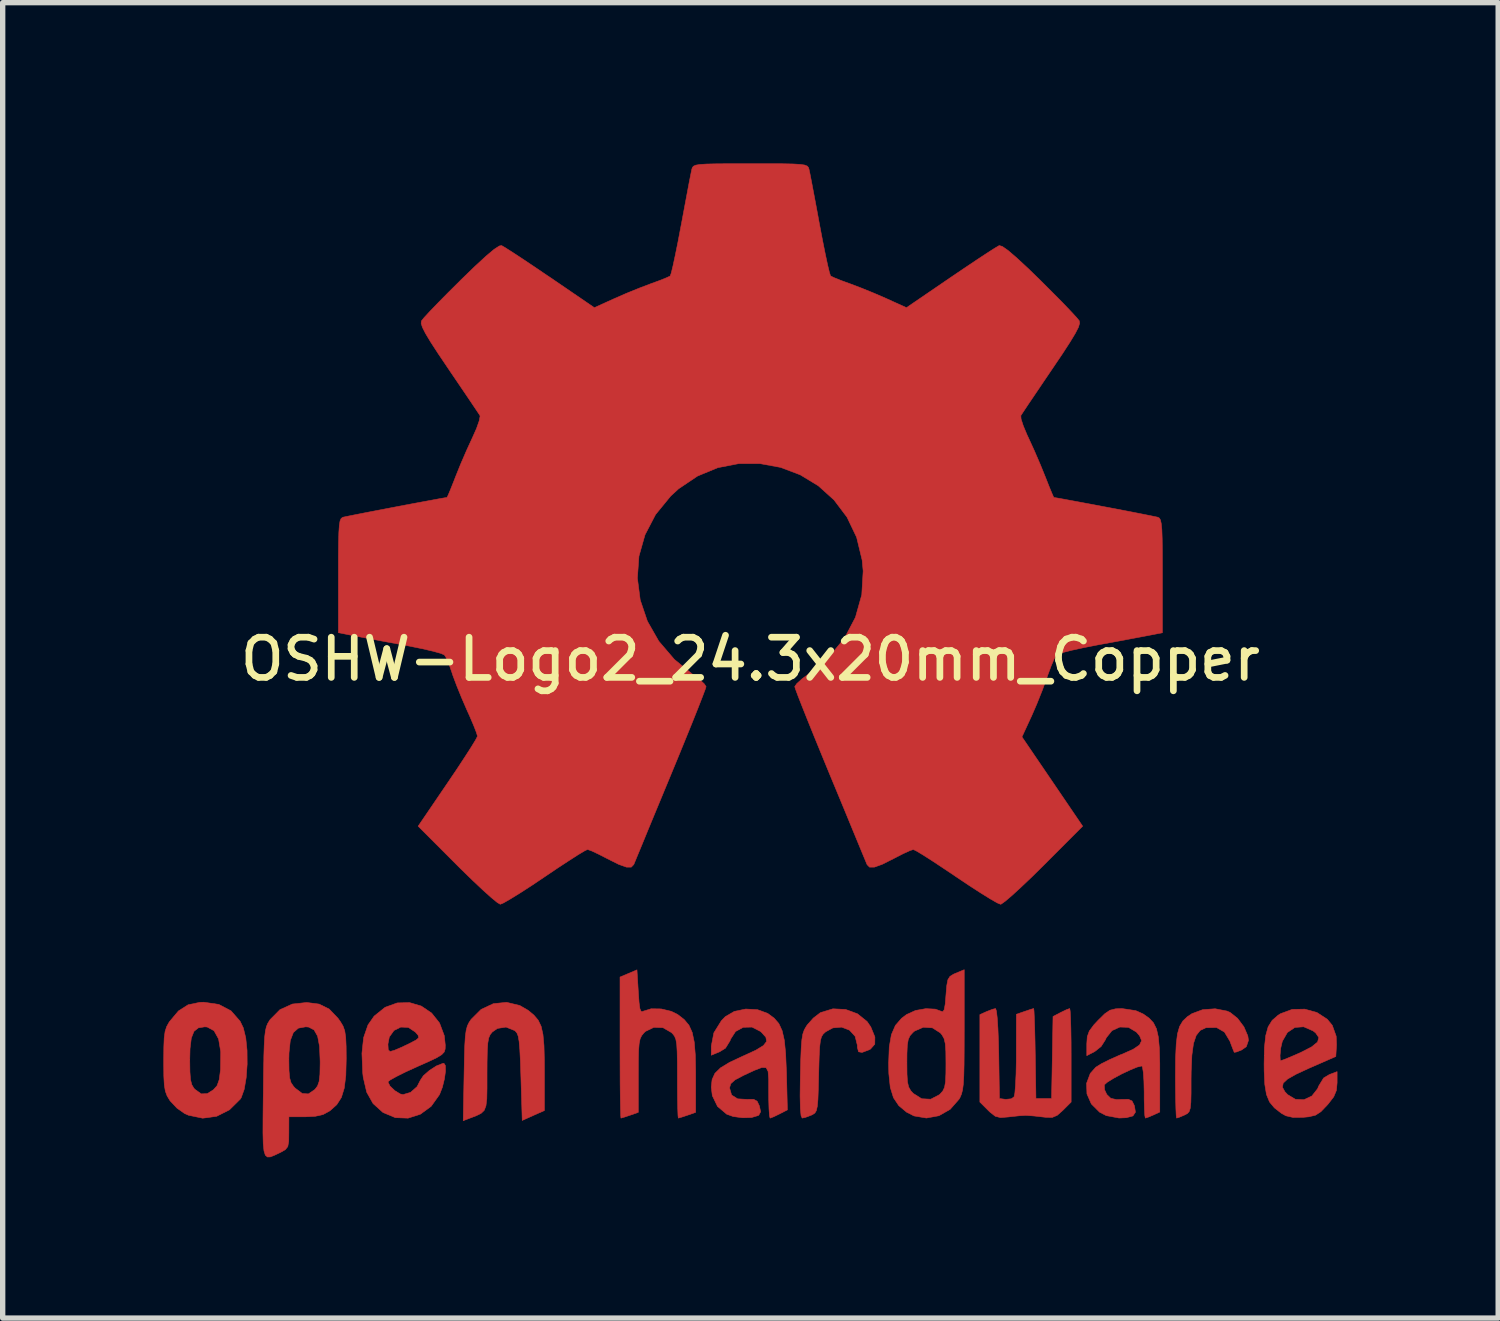
<source format=kicad_pcb>
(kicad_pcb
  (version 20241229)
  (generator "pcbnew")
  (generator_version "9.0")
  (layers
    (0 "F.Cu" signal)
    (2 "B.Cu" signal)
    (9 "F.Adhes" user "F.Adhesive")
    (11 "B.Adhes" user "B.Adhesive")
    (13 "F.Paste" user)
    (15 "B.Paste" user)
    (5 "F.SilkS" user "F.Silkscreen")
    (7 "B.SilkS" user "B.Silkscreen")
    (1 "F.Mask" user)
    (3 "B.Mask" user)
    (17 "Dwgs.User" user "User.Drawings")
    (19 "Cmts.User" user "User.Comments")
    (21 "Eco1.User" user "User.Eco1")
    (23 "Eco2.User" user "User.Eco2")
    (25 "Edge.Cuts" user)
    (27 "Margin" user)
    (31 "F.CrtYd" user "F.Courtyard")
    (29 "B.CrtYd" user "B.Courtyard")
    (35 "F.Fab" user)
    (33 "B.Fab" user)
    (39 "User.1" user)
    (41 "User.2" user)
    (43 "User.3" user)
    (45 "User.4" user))
  (footprint "OSHW-Logo2_24.3x20mm_Copper"
    (layer "F.Cu")
    (at 10.953 9.25)
    (property "Reference" "OSHW-Logo2_24.3x20mm_Copper" (at 0 0 0) (layer "F.SilkS") (effects (font (size 0.75 0.75) (thickness 0.125))))
    (attr exclude_from_pos_files exclude_from_bom allow_missing_courtyard)
    (fp_poly (pts (xy 8.893 6.567) (xy 8.951 6.592) (xy 9.09 6.702) (xy 9.209 6.861) (xy 9.282 7.031) (xy 9.294 7.114) (xy 9.254 7.231) (xy 9.166 7.293) (xy 9.072 7.33) (xy 9.029 7.337) (xy 9.008 7.287) (xy 8.966 7.178) (xy 8.948 7.129) (xy 8.846 6.959) (xy 8.698 6.874) (xy 8.509 6.877) (xy 8.495 6.88) (xy 8.393 6.928) (xy 8.319 7.021) (xy 8.268 7.172) (xy 8.238 7.391) (xy 8.225 7.69) (xy 8.223 7.849) (xy 8.223 8.1) (xy 8.219 8.271) (xy 8.208 8.379) (xy 8.187 8.443) (xy 8.153 8.48) (xy 8.102 8.506) (xy 8.099 8.508) (xy 8.002 8.549) (xy 7.953 8.564) (xy 7.946 8.518) (xy 7.94 8.391) (xy 7.935 8.199) (xy 7.932 7.959) (xy 7.931 7.783) (xy 7.934 7.443) (xy 7.946 7.184) (xy 7.969 6.993) (xy 8.009 6.854) (xy 8.07 6.752) (xy 8.154 6.672) (xy 8.238 6.616) (xy 8.439 6.541) (xy 8.673 6.524) (xy 8.893 6.567)) (stroke (width 0.01) (type solid)) (fill yes) (layer "F.Cu"))
    (fp_poly (pts (xy -4.304 6.463) (xy -4.148 6.553) (xy -4.04 6.643) (xy -3.96 6.737) (xy -3.905 6.852) (xy -3.871 7.004) (xy -3.852 7.211) (xy -3.845 7.488) (xy -3.844 7.688) (xy -3.844 8.423) (xy -4.051 8.515) (xy -4.258 8.608) (xy -4.282 7.803) (xy -4.292 7.503) (xy -4.303 7.285) (xy -4.316 7.134) (xy -4.333 7.036) (xy -4.357 6.976) (xy -4.39 6.938) (xy -4.401 6.93) (xy -4.56 6.866) (xy -4.721 6.891) (xy -4.817 6.958) (xy -4.856 7.006) (xy -4.883 7.068) (xy -4.9 7.162) (xy -4.91 7.306) (xy -4.914 7.516) (xy -4.915 7.735) (xy -4.915 8.01) (xy -4.919 8.205) (xy -4.935 8.336) (xy -4.968 8.421) (xy -5.026 8.476) (xy -5.113 8.519) (xy -5.231 8.564) (xy -5.359 8.613) (xy -5.343 7.749) (xy -5.337 7.438) (xy -5.33 7.207) (xy -5.32 7.043) (xy -5.304 6.927) (xy -5.282 6.844) (xy -5.25 6.779) (xy -5.211 6.721) (xy -5.025 6.536) (xy -4.797 6.429) (xy -4.55 6.404) (xy -4.304 6.463)) (stroke (width 0.01) (type solid)) (fill yes) (layer "F.Cu"))
    (fp_poly (pts (xy 1.777 6.537) (xy 1.998 6.618) (xy 2.177 6.762) (xy 2.247 6.864) (xy 2.323 7.05) (xy 2.321 7.185) (xy 2.241 7.276) (xy 2.212 7.291) (xy 2.084 7.339) (xy 2.018 7.327) (xy 1.996 7.246) (xy 1.995 7.202) (xy 1.954 7.038) (xy 1.849 6.923) (xy 1.702 6.867) (xy 1.538 6.881) (xy 1.404 6.954) (xy 1.359 6.995) (xy 1.327 7.045) (xy 1.306 7.121) (xy 1.292 7.239) (xy 1.283 7.417) (xy 1.276 7.67) (xy 1.274 7.75) (xy 1.267 8.025) (xy 1.26 8.218) (xy 1.248 8.346) (xy 1.23 8.425) (xy 1.203 8.47) (xy 1.163 8.497) (xy 1.138 8.509) (xy 1.03 8.55) (xy 0.966 8.564) (xy 0.945 8.519) (xy 0.932 8.381) (xy 0.927 8.15) (xy 0.931 7.824) (xy 0.932 7.773) (xy 0.939 7.476) (xy 0.948 7.258) (xy 0.96 7.104) (xy 0.978 6.996) (xy 1.005 6.918) (xy 1.043 6.852) (xy 1.062 6.824) (xy 1.174 6.698) (xy 1.3 6.601) (xy 1.315 6.593) (xy 1.54 6.525) (xy 1.777 6.537)) (stroke (width 0.01) (type solid)) (fill yes) (layer "F.Cu"))
    (fp_poly (pts (xy -2.092 6.206) (xy -2.078 6.405) (xy -2.062 6.523) (xy -2.039 6.574) (xy -2.006 6.574) (xy -1.995 6.568) (xy -1.852 6.524) (xy -1.665 6.527) (xy -1.476 6.572) (xy -1.357 6.631) (xy -1.236 6.725) (xy -1.147 6.831) (xy -1.086 6.966) (xy -1.048 7.146) (xy -1.028 7.388) (xy -1.022 7.707) (xy -1.022 7.769) (xy -1.022 8.457) (xy -1.175 8.511) (xy -1.284 8.547) (xy -1.344 8.564) (xy -1.345 8.564) (xy -1.351 8.518) (xy -1.356 8.392) (xy -1.36 8.201) (xy -1.362 7.963) (xy -1.362 7.818) (xy -1.363 7.533) (xy -1.367 7.328) (xy -1.375 7.188) (xy -1.391 7.096) (xy -1.416 7.035) (xy -1.452 6.989) (xy -1.475 6.967) (xy -1.632 6.877) (xy -1.803 6.871) (xy -1.958 6.946) (xy -1.987 6.974) (xy -2.029 7.025) (xy -2.058 7.086) (xy -2.076 7.174) (xy -2.087 7.307) (xy -2.091 7.502) (xy -2.092 7.772) (xy -2.092 8.457) (xy -2.246 8.511) (xy -2.354 8.547) (xy -2.414 8.564) (xy -2.416 8.564) (xy -2.42 8.517) (xy -2.424 8.386) (xy -2.428 8.182) (xy -2.431 7.919) (xy -2.432 7.608) (xy -2.433 7.263) (xy -2.433 7.248) (xy -2.433 5.932) (xy -2.117 5.798) (xy -2.092 6.206)) (stroke (width 0.01) (type solid)) (fill yes) (layer "F.Cu"))
    (fp_poly (pts (xy 5.967 6.566) (xy 5.974 6.694) (xy 5.98 6.889) (xy 5.984 7.135) (xy 5.985 7.392) (xy 5.985 8.265) (xy 5.831 8.419) (xy 5.725 8.513) (xy 5.632 8.552) (xy 5.505 8.549) (xy 5.454 8.543) (xy 5.296 8.525) (xy 5.165 8.515) (xy 5.134 8.514) (xy 5.026 8.52) (xy 4.873 8.536) (xy 4.813 8.543) (xy 4.667 8.555) (xy 4.569 8.53) (xy 4.471 8.453) (xy 4.436 8.419) (xy 4.282 8.265) (xy 4.282 6.633) (xy 4.406 6.577) (xy 4.513 6.535) (xy 4.575 6.52) (xy 4.591 6.567) (xy 4.606 6.696) (xy 4.619 6.894) (xy 4.629 7.146) (xy 4.634 7.36) (xy 4.647 8.199) (xy 4.763 8.215) (xy 4.869 8.204) (xy 4.92 8.167) (xy 4.935 8.097) (xy 4.947 7.949) (xy 4.957 7.741) (xy 4.962 7.493) (xy 4.962 7.364) (xy 4.963 6.627) (xy 5.116 6.574) (xy 5.225 6.537) (xy 5.284 6.52) (xy 5.286 6.52) (xy 5.292 6.566) (xy 5.298 6.694) (xy 5.305 6.888) (xy 5.311 7.132) (xy 5.315 7.36) (xy 5.328 8.199) (xy 5.62 8.199) (xy 5.634 7.433) (xy 5.647 6.668) (xy 5.789 6.594) (xy 5.894 6.543) (xy 5.957 6.52) (xy 5.958 6.52) (xy 5.967 6.566)) (stroke (width 0.01) (type solid)) (fill yes) (layer "F.Cu"))
    (fp_poly (pts (xy -9.92 6.443) (xy -9.692 6.563) (xy -9.523 6.756) (xy -9.463 6.88) (xy -9.417 7.067) (xy -9.393 7.302) (xy -9.391 7.559) (xy -9.409 7.81) (xy -9.446 8.027) (xy -9.502 8.183) (xy -9.519 8.21) (xy -9.721 8.41) (xy -9.961 8.531) (xy -10.221 8.566) (xy -10.485 8.511) (xy -10.558 8.479) (xy -10.701 8.378) (xy -10.826 8.245) (xy -10.838 8.228) (xy -10.886 8.147) (xy -10.918 8.06) (xy -10.937 7.945) (xy -10.946 7.782) (xy -10.948 7.546) (xy -10.948 7.493) (xy -10.948 7.477) (xy -10.462 7.477) (xy -10.459 7.699) (xy -10.448 7.846) (xy -10.424 7.941) (xy -10.385 8.007) (xy -10.364 8.029) (xy -10.248 8.112) (xy -10.135 8.108) (xy -10.021 8.036) (xy -9.952 7.959) (xy -9.912 7.846) (xy -9.889 7.669) (xy -9.888 7.648) (xy -9.884 7.327) (xy -9.924 7.088) (xy -10.009 6.934) (xy -10.136 6.865) (xy -10.182 6.861) (xy -10.301 6.88) (xy -10.383 6.945) (xy -10.433 7.071) (xy -10.457 7.269) (xy -10.462 7.477) (xy -10.948 7.477) (xy -10.946 7.243) (xy -10.939 7.068) (xy -10.922 6.946) (xy -10.893 6.857) (xy -10.849 6.778) (xy -10.839 6.763) (xy -10.673 6.565) (xy -10.493 6.45) (xy -10.273 6.404) (xy -10.199 6.402) (xy -9.92 6.443)) (stroke (width 0.01) (type solid)) (fill yes) (layer "F.Cu"))
    (fp_poly (pts (xy 10.572 6.594) (xy 10.765 6.72) (xy 10.858 6.833) (xy 10.931 7.037) (xy 10.937 7.199) (xy 10.924 7.415) (xy 10.425 7.633) (xy 10.183 7.745) (xy 10.024 7.835) (xy 9.942 7.912) (xy 9.928 7.988) (xy 9.973 8.071) (xy 10.024 8.126) (xy 10.171 8.214) (xy 10.33 8.221) (xy 10.477 8.152) (xy 10.585 8.015) (xy 10.604 7.967) (xy 10.696 7.816) (xy 10.803 7.752) (xy 10.948 7.697) (xy 10.948 7.905) (xy 10.935 8.047) (xy 10.885 8.167) (xy 10.779 8.304) (xy 10.763 8.322) (xy 10.646 8.444) (xy 10.545 8.51) (xy 10.418 8.54) (xy 10.313 8.55) (xy 10.126 8.552) (xy 9.992 8.521) (xy 9.909 8.475) (xy 9.778 8.373) (xy 9.687 8.263) (xy 9.63 8.124) (xy 9.599 7.937) (xy 9.587 7.682) (xy 9.586 7.552) (xy 9.589 7.396) (xy 9.883 7.396) (xy 9.887 7.48) (xy 9.895 7.493) (xy 9.951 7.475) (xy 10.072 7.426) (xy 10.233 7.356) (xy 10.267 7.341) (xy 10.47 7.237) (xy 10.583 7.146) (xy 10.607 7.061) (xy 10.548 6.975) (xy 10.5 6.937) (xy 10.324 6.86) (xy 10.159 6.873) (xy 10.021 6.966) (xy 9.926 7.131) (xy 9.895 7.262) (xy 9.883 7.396) (xy 9.589 7.396) (xy 9.592 7.249) (xy 9.616 7.025) (xy 9.661 6.862) (xy 9.736 6.741) (xy 9.845 6.646) (xy 9.892 6.616) (xy 10.108 6.536) (xy 10.344 6.531) (xy 10.572 6.594)) (stroke (width 0.01) (type solid)) (fill yes) (layer "F.Cu"))
    (fp_poly (pts (xy 3.99 6.924) (xy 3.989 7.288) (xy 3.987 7.568) (xy 3.982 7.777) (xy 3.973 7.929) (xy 3.959 8.037) (xy 3.939 8.115) (xy 3.913 8.177) (xy 3.893 8.212) (xy 3.727 8.401) (xy 3.518 8.52) (xy 3.285 8.563) (xy 3.053 8.524) (xy 2.915 8.454) (xy 2.769 8.332) (xy 2.67 8.184) (xy 2.61 7.991) (xy 2.583 7.732) (xy 2.579 7.542) (xy 2.58 7.529) (xy 2.92 7.529) (xy 2.922 7.746) (xy 2.931 7.89) (xy 2.953 7.984) (xy 2.992 8.053) (xy 3.039 8.104) (xy 3.196 8.203) (xy 3.365 8.212) (xy 3.524 8.129) (xy 3.537 8.118) (xy 3.59 8.059) (xy 3.623 7.99) (xy 3.641 7.886) (xy 3.648 7.726) (xy 3.649 7.549) (xy 3.647 7.326) (xy 3.637 7.178) (xy 3.614 7.08) (xy 3.575 7.011) (xy 3.544 6.974) (xy 3.396 6.88) (xy 3.226 6.869) (xy 3.063 6.94) (xy 3.032 6.967) (xy 2.979 7.026) (xy 2.946 7.096) (xy 2.928 7.2) (xy 2.921 7.362) (xy 2.92 7.529) (xy 2.58 7.529) (xy 2.591 7.237) (xy 2.631 7.007) (xy 2.706 6.834) (xy 2.823 6.7) (xy 2.915 6.631) (xy 3.081 6.556) (xy 3.273 6.522) (xy 3.452 6.531) (xy 3.552 6.568) (xy 3.591 6.579) (xy 3.617 6.539) (xy 3.636 6.433) (xy 3.649 6.271) (xy 3.664 6.091) (xy 3.685 5.982) (xy 3.724 5.92) (xy 3.79 5.879) (xy 3.832 5.861) (xy 3.99 5.795) (xy 3.99 6.924)) (stroke (width 0.01) (type solid)) (fill yes) (layer "F.Cu"))
    (fp_poly (pts (xy -6.141 6.474) (xy -5.949 6.604) (xy -5.801 6.79) (xy -5.712 7.027) (xy -5.694 7.202) (xy -5.696 7.275) (xy -5.713 7.33) (xy -5.76 7.38) (xy -5.851 7.436) (xy -6.002 7.508) (xy -6.227 7.608) (xy -6.228 7.609) (xy -6.435 7.703) (xy -6.605 7.788) (xy -6.72 7.852) (xy -6.764 7.888) (xy -6.764 7.888) (xy -6.726 7.966) (xy -6.636 8.052) (xy -6.534 8.114) (xy -6.482 8.126) (xy -6.341 8.084) (xy -6.22 7.977) (xy -6.16 7.86) (xy -6.103 7.774) (xy -5.991 7.676) (xy -5.86 7.591) (xy -5.744 7.545) (xy -5.719 7.542) (xy -5.692 7.584) (xy -5.69 7.691) (xy -5.71 7.834) (xy -5.748 7.988) (xy -5.8 8.122) (xy -5.803 8.128) (xy -5.958 8.345) (xy -6.159 8.492) (xy -6.388 8.565) (xy -6.626 8.556) (xy -6.853 8.461) (xy -6.863 8.454) (xy -7.042 8.292) (xy -7.16 8.081) (xy -7.225 7.803) (xy -7.234 7.724) (xy -7.249 7.356) (xy -7.231 7.184) (xy -6.764 7.184) (xy -6.758 7.291) (xy -6.724 7.322) (xy -6.642 7.299) (xy -6.511 7.243) (xy -6.365 7.174) (xy -6.362 7.172) (xy -6.238 7.107) (xy -6.189 7.064) (xy -6.201 7.018) (xy -6.252 6.959) (xy -6.383 6.872) (xy -6.524 6.866) (xy -6.651 6.929) (xy -6.738 7.05) (xy -6.764 7.184) (xy -7.231 7.184) (xy -7.217 7.06) (xy -7.136 6.826) (xy -7.022 6.662) (xy -6.817 6.497) (xy -6.591 6.415) (xy -6.36 6.409) (xy -6.141 6.474)) (stroke (width 0.01) (type solid)) (fill yes) (layer "F.Cu"))
    (fp_poly (pts (xy 0.133 6.541) (xy 0.324 6.611) (xy 0.326 6.613) (xy 0.444 6.7) (xy 0.531 6.801) (xy 0.592 6.933) (xy 0.633 7.112) (xy 0.657 7.354) (xy 0.671 7.675) (xy 0.673 7.721) (xy 0.69 8.411) (xy 0.542 8.487) (xy 0.435 8.539) (xy 0.37 8.564) (xy 0.367 8.564) (xy 0.356 8.519) (xy 0.347 8.397) (xy 0.342 8.218) (xy 0.341 8.074) (xy 0.341 7.84) (xy 0.33 7.693) (xy 0.293 7.623) (xy 0.213 7.62) (xy 0.075 7.673) (xy -0.134 7.77) (xy -0.287 7.851) (xy -0.366 7.922) (xy -0.389 7.998) (xy -0.389 8.002) (xy -0.351 8.134) (xy -0.238 8.205) (xy -0.064 8.215) (xy 0.061 8.214) (xy 0.126 8.25) (xy 0.167 8.336) (xy 0.191 8.446) (xy 0.157 8.509) (xy 0.144 8.517) (xy 0.023 8.553) (xy -0.146 8.558) (xy -0.32 8.535) (xy -0.443 8.491) (xy -0.614 8.346) (xy -0.711 8.145) (xy -0.73 7.987) (xy -0.715 7.845) (xy -0.662 7.729) (xy -0.557 7.626) (xy -0.387 7.523) (xy -0.137 7.406) (xy -0.122 7.4) (xy 0.103 7.296) (xy 0.242 7.211) (xy 0.302 7.134) (xy 0.289 7.056) (xy 0.21 6.967) (xy 0.186 6.946) (xy 0.029 6.866) (xy -0.134 6.87) (xy -0.277 6.948) (xy -0.371 7.093) (xy -0.38 7.121) (xy -0.465 7.259) (xy -0.573 7.326) (xy -0.73 7.391) (xy -0.73 7.221) (xy -0.682 6.973) (xy -0.541 6.746) (xy -0.467 6.67) (xy -0.3 6.573) (xy -0.087 6.529) (xy 0.133 6.541)) (stroke (width 0.01) (type solid)) (fill yes) (layer "F.Cu"))
    (fp_poly (pts (xy -8.047 6.437) (xy -7.861 6.529) (xy -7.697 6.7) (xy -7.652 6.763) (xy -7.602 6.846) (xy -7.57 6.936) (xy -7.552 7.056) (xy -7.544 7.229) (xy -7.542 7.457) (xy -7.55 7.77) (xy -7.579 8.005) (xy -7.633 8.18) (xy -7.719 8.314) (xy -7.843 8.425) (xy -7.852 8.431) (xy -7.974 8.498) (xy -8.121 8.531) (xy -8.308 8.54) (xy -8.612 8.54) (xy -8.613 8.835) (xy -8.615 8.999) (xy -8.633 9.096) (xy -8.678 9.153) (xy -8.764 9.202) (xy -8.785 9.212) (xy -8.882 9.258) (xy -8.957 9.288) (xy -9.012 9.29) (xy -9.052 9.256) (xy -9.077 9.176) (xy -9.091 9.04) (xy -9.096 8.838) (xy -9.095 8.56) (xy -9.091 8.198) (xy -9.089 8.09) (xy -9.085 7.716) (xy -9.08 7.471) (xy -8.613 7.471) (xy -8.61 7.679) (xy -8.598 7.815) (xy -8.572 7.904) (xy -8.525 7.973) (xy -8.493 8.007) (xy -8.363 8.105) (xy -8.248 8.113) (xy -8.129 8.032) (xy -8.126 8.029) (xy -8.078 7.966) (xy -8.048 7.881) (xy -8.033 7.75) (xy -8.029 7.549) (xy -8.029 7.504) (xy -8.04 7.228) (xy -8.076 7.036) (xy -8.142 6.919) (xy -8.242 6.866) (xy -8.299 6.861) (xy -8.436 6.886) (xy -8.529 6.968) (xy -8.586 7.117) (xy -8.61 7.346) (xy -8.613 7.471) (xy -9.08 7.471) (xy -9.08 7.427) (xy -9.073 7.209) (xy -9.064 7.05) (xy -9.05 6.937) (xy -9.032 6.858) (xy -9.007 6.798) (xy -8.975 6.746) (xy -8.962 6.726) (xy -8.779 6.541) (xy -8.548 6.436) (xy -8.28 6.407) (xy -8.047 6.437)) (stroke (width 0.01) (type solid)) (fill yes) (layer "F.Cu"))
    (fp_poly (pts (xy 7.191 6.559) (xy 7.331 6.622) (xy 7.441 6.7) (xy 7.521 6.786) (xy 7.577 6.897) (xy 7.612 7.05) (xy 7.631 7.259) (xy 7.639 7.541) (xy 7.639 7.727) (xy 7.639 8.451) (xy 7.516 8.508) (xy 7.418 8.549) (xy 7.37 8.564) (xy 7.36 8.519) (xy 7.353 8.397) (xy 7.348 8.219) (xy 7.348 8.077) (xy 7.343 7.873) (xy 7.332 7.711) (xy 7.316 7.612) (xy 7.303 7.591) (xy 7.217 7.612) (xy 7.082 7.668) (xy 6.925 7.742) (xy 6.775 7.823) (xy 6.659 7.895) (xy 6.604 7.944) (xy 6.604 7.945) (xy 6.609 8.036) (xy 6.651 8.124) (xy 6.724 8.195) (xy 6.832 8.219) (xy 6.923 8.216) (xy 7.053 8.214) (xy 7.121 8.244) (xy 7.162 8.325) (xy 7.167 8.34) (xy 7.185 8.454) (xy 7.138 8.524) (xy 7.014 8.557) (xy 6.88 8.563) (xy 6.64 8.518) (xy 6.515 8.453) (xy 6.362 8.3) (xy 6.28 8.113) (xy 6.273 7.915) (xy 6.342 7.731) (xy 6.445 7.615) (xy 6.549 7.55) (xy 6.711 7.469) (xy 6.901 7.385) (xy 6.933 7.373) (xy 7.141 7.281) (xy 7.261 7.2) (xy 7.3 7.119) (xy 7.263 7.029) (xy 7.202 6.958) (xy 7.055 6.871) (xy 6.894 6.865) (xy 6.747 6.932) (xy 6.64 7.066) (xy 6.626 7.1) (xy 6.545 7.227) (xy 6.427 7.321) (xy 6.277 7.399) (xy 6.277 7.179) (xy 6.286 7.045) (xy 6.324 6.94) (xy 6.407 6.827) (xy 6.488 6.74) (xy 6.613 6.617) (xy 6.71 6.551) (xy 6.814 6.525) (xy 6.932 6.52) (xy 7.191 6.559)) (stroke (width 0.01) (type solid)) (fill yes) (layer "F.Cu"))
    (fp_poly (pts (xy 0.348 -9.245) (xy 0.612 -9.244) (xy 0.802 -9.24) (xy 0.932 -9.232) (xy 1.014 -9.22) (xy 1.06 -9.201) (xy 1.083 -9.175) (xy 1.094 -9.14) (xy 1.095 -9.136) (xy 1.112 -9.055) (xy 1.143 -8.895) (xy 1.185 -8.674) (xy 1.235 -8.408) (xy 1.289 -8.114) (xy 1.291 -8.103) (xy 1.346 -7.815) (xy 1.397 -7.561) (xy 1.441 -7.355) (xy 1.475 -7.214) (xy 1.496 -7.151) (xy 1.497 -7.15) (xy 1.558 -7.12) (xy 1.684 -7.069) (xy 1.848 -7.009) (xy 1.849 -7.009) (xy 2.055 -6.931) (xy 2.299 -6.832) (xy 2.528 -6.733) (xy 2.539 -6.728) (xy 2.912 -6.559) (xy 3.739 -7.124) (xy 3.993 -7.296) (xy 4.223 -7.45) (xy 4.416 -7.577) (xy 4.558 -7.668) (xy 4.636 -7.714) (xy 4.643 -7.718) (xy 4.7 -7.702) (xy 4.806 -7.628) (xy 4.966 -7.491) (xy 5.184 -7.289) (xy 5.406 -7.073) (xy 5.619 -6.86) (xy 5.811 -6.667) (xy 5.968 -6.503) (xy 6.08 -6.382) (xy 6.135 -6.316) (xy 6.137 -6.313) (xy 6.143 -6.267) (xy 6.121 -6.193) (xy 6.063 -6.08) (xy 5.965 -5.918) (xy 5.822 -5.697) (xy 5.63 -5.413) (xy 5.46 -5.162) (xy 5.309 -4.938) (xy 5.183 -4.752) (xy 5.094 -4.618) (xy 5.049 -4.549) (xy 5.046 -4.545) (xy 5.051 -4.479) (xy 5.093 -4.351) (xy 5.163 -4.184) (xy 5.188 -4.131) (xy 5.296 -3.895) (xy 5.412 -3.626) (xy 5.506 -3.394) (xy 5.574 -3.222) (xy 5.628 -3.091) (xy 5.659 -3.022) (xy 5.662 -3.017) (xy 5.72 -3.008) (xy 5.854 -2.984) (xy 6.049 -2.948) (xy 6.285 -2.904) (xy 6.545 -2.855) (xy 6.811 -2.805) (xy 7.065 -2.756) (xy 7.289 -2.712) (xy 7.465 -2.677) (xy 7.576 -2.654) (xy 7.603 -2.648) (xy 7.631 -2.632) (xy 7.652 -2.596) (xy 7.667 -2.527) (xy 7.678 -2.415) (xy 7.684 -2.245) (xy 7.687 -2.007) (xy 7.688 -1.688) (xy 7.688 -1.557) (xy 7.688 -0.493) (xy 7.433 -0.443) (xy 7.291 -0.416) (xy 7.078 -0.376) (xy 6.822 -0.328) (xy 6.548 -0.278) (xy 6.472 -0.264) (xy 6.218 -0.214) (xy 5.997 -0.166) (xy 5.828 -0.123) (xy 5.728 -0.089) (xy 5.711 -0.079) (xy 5.67 -0.009) (xy 5.612 0.127) (xy 5.547 0.303) (xy 5.534 0.341) (xy 5.449 0.575) (xy 5.343 0.84) (xy 5.24 1.077) (xy 5.239 1.078) (xy 5.067 1.451) (xy 5.634 2.284) (xy 6.2 3.117) (xy 5.473 3.845) (xy 5.253 4.062) (xy 5.052 4.253) (xy 4.882 4.409) (xy 4.754 4.518) (xy 4.679 4.571) (xy 4.668 4.574) (xy 4.605 4.548) (xy 4.476 4.474) (xy 4.296 4.362) (xy 4.078 4.221) (xy 3.842 4.063) (xy 3.602 3.902) (xy 3.389 3.761) (xy 3.215 3.65) (xy 3.094 3.578) (xy 3.04 3.552) (xy 2.974 3.574) (xy 2.849 3.631) (xy 2.691 3.712) (xy 2.674 3.721) (xy 2.461 3.828) (xy 2.314 3.881) (xy 2.223 3.881) (xy 2.176 3.833) (xy 2.176 3.832) (xy 2.152 3.774) (xy 2.095 3.637) (xy 2.01 3.431) (xy 1.901 3.167) (xy 1.773 2.856) (xy 1.629 2.508) (xy 1.489 2.171) (xy 1.336 1.799) (xy 1.195 1.454) (xy 1.071 1.147) (xy 0.968 0.889) (xy 0.89 0.69) (xy 0.842 0.561) (xy 0.827 0.512) (xy 0.865 0.457) (xy 0.962 0.369) (xy 1.093 0.271) (xy 1.464 -0.037) (xy 1.755 -0.39) (xy 1.96 -0.78) (xy 2.078 -1.201) (xy 2.104 -1.644) (xy 2.085 -1.849) (xy 1.982 -2.274) (xy 1.803 -2.649) (xy 1.561 -2.97) (xy 1.267 -3.235) (xy 0.931 -3.439) (xy 0.564 -3.578) (xy 0.178 -3.649) (xy -0.216 -3.649) (xy -0.608 -3.573) (xy -0.986 -3.417) (xy -1.34 -3.179) (xy -1.487 -3.044) (xy -1.77 -2.698) (xy -1.967 -2.32) (xy -2.08 -1.921) (xy -2.109 -1.512) (xy -2.056 -1.103) (xy -1.922 -0.707) (xy -1.709 -0.334) (xy -1.418 0.006) (xy -1.093 0.271) (xy -0.957 0.373) (xy -0.862 0.46) (xy -0.827 0.512) (xy -0.845 0.569) (xy -0.897 0.706) (xy -0.977 0.911) (xy -1.082 1.174) (xy -1.208 1.484) (xy -1.35 1.832) (xy -1.49 2.171) (xy -1.644 2.543) (xy -1.787 2.888) (xy -1.914 3.195) (xy -2.02 3.454) (xy -2.103 3.654) (xy -2.156 3.783) (xy -2.176 3.832) (xy -2.223 3.881) (xy -2.313 3.881) (xy -2.459 3.829) (xy -2.672 3.722) (xy -2.674 3.721) (xy -2.834 3.639) (xy -2.964 3.578) (xy -3.037 3.552) (xy -3.04 3.552) (xy -3.095 3.578) (xy -3.217 3.651) (xy -3.391 3.763) (xy -3.605 3.903) (xy -3.842 4.063) (xy -4.083 4.225) (xy -4.3 4.365) (xy -4.48 4.476) (xy -4.607 4.549) (xy -4.668 4.574) (xy -4.724 4.541) (xy -4.837 4.448) (xy -4.995 4.306) (xy -5.187 4.125) (xy -5.403 3.915) (xy -5.473 3.845) (xy -6.2 3.117) (xy -5.647 2.304) (xy -5.478 2.054) (xy -5.331 1.83) (xy -5.212 1.645) (xy -5.13 1.511) (xy -5.094 1.442) (xy -5.093 1.437) (xy -5.112 1.371) (xy -5.163 1.24) (xy -5.238 1.064) (xy -5.291 0.947) (xy -5.389 0.721) (xy -5.481 0.494) (xy -5.553 0.302) (xy -5.572 0.243) (xy -5.627 0.087) (xy -5.681 -0.034) (xy -5.711 -0.079) (xy -5.776 -0.107) (xy -5.919 -0.147) (xy -6.121 -0.194) (xy -6.363 -0.243) (xy -6.472 -0.264) (xy -6.747 -0.314) (xy -7.011 -0.363) (xy -7.238 -0.406) (xy -7.402 -0.437) (xy -7.433 -0.443) (xy -7.688 -0.493) (xy -7.688 -1.557) (xy -7.688 -1.907) (xy -7.685 -2.172) (xy -7.68 -2.363) (xy -7.671 -2.494) (xy -7.658 -2.577) (xy -7.639 -2.622) (xy -7.613 -2.644) (xy -7.603 -2.648) (xy -7.54 -2.662) (xy -7.4 -2.69) (xy -7.202 -2.729) (xy -6.964 -2.775) (xy -6.703 -2.825) (xy -6.437 -2.876) (xy -6.185 -2.923) (xy -5.963 -2.964) (xy -5.791 -2.996) (xy -5.686 -3.014) (xy -5.662 -3.017) (xy -5.641 -3.059) (xy -5.594 -3.171) (xy -5.53 -3.331) (xy -5.506 -3.394) (xy -5.408 -3.637) (xy -5.292 -3.905) (xy -5.188 -4.131) (xy -5.111 -4.304) (xy -5.061 -4.446) (xy -5.044 -4.533) (xy -5.046 -4.545) (xy -5.082 -4.6) (xy -5.164 -4.722) (xy -5.283 -4.899) (xy -5.431 -5.117) (xy -5.598 -5.363) (xy -5.631 -5.412) (xy -5.825 -5.7) (xy -5.968 -5.92) (xy -6.064 -6.08) (xy -6.121 -6.193) (xy -6.144 -6.266) (xy -6.138 -6.312) (xy -6.138 -6.312) (xy -6.09 -6.372) (xy -5.983 -6.488) (xy -5.83 -6.647) (xy -5.642 -6.838) (xy -5.429 -7.049) (xy -5.406 -7.073) (xy -5.138 -7.332) (xy -4.932 -7.522) (xy -4.783 -7.647) (xy -4.686 -7.71) (xy -4.643 -7.718) (xy -4.581 -7.682) (xy -4.452 -7.6) (xy -4.27 -7.481) (xy -4.047 -7.332) (xy -3.798 -7.163) (xy -3.739 -7.124) (xy -2.912 -6.559) (xy -2.539 -6.728) (xy -2.312 -6.827) (xy -2.068 -6.926) (xy -1.858 -7.006) (xy -1.849 -7.009) (xy -1.685 -7.069) (xy -1.559 -7.12) (xy -1.497 -7.15) (xy -1.497 -7.15) (xy -1.477 -7.205) (xy -1.444 -7.341) (xy -1.401 -7.542) (xy -1.35 -7.793) (xy -1.296 -8.079) (xy -1.291 -8.103) (xy -1.236 -8.398) (xy -1.186 -8.665) (xy -1.144 -8.889) (xy -1.112 -9.051) (xy -1.095 -9.134) (xy -1.095 -9.136) (xy -1.084 -9.171) (xy -1.064 -9.198) (xy -1.021 -9.218) (xy -0.944 -9.231) (xy -0.82 -9.239) (xy -0.636 -9.243) (xy -0.382 -9.245) (xy -0.044 -9.245) (xy 0 -9.245) (xy 0.348 -9.245)) (stroke (width 0.01) (type solid)) (fill yes) (layer "F.Cu")))
  (gr_rect
    (start -3 -3)
    (end 24.907 21.546)
    (stroke (width 0.1) (type default))
    (fill no)
    (layer "Edge.Cuts")))
</source>
